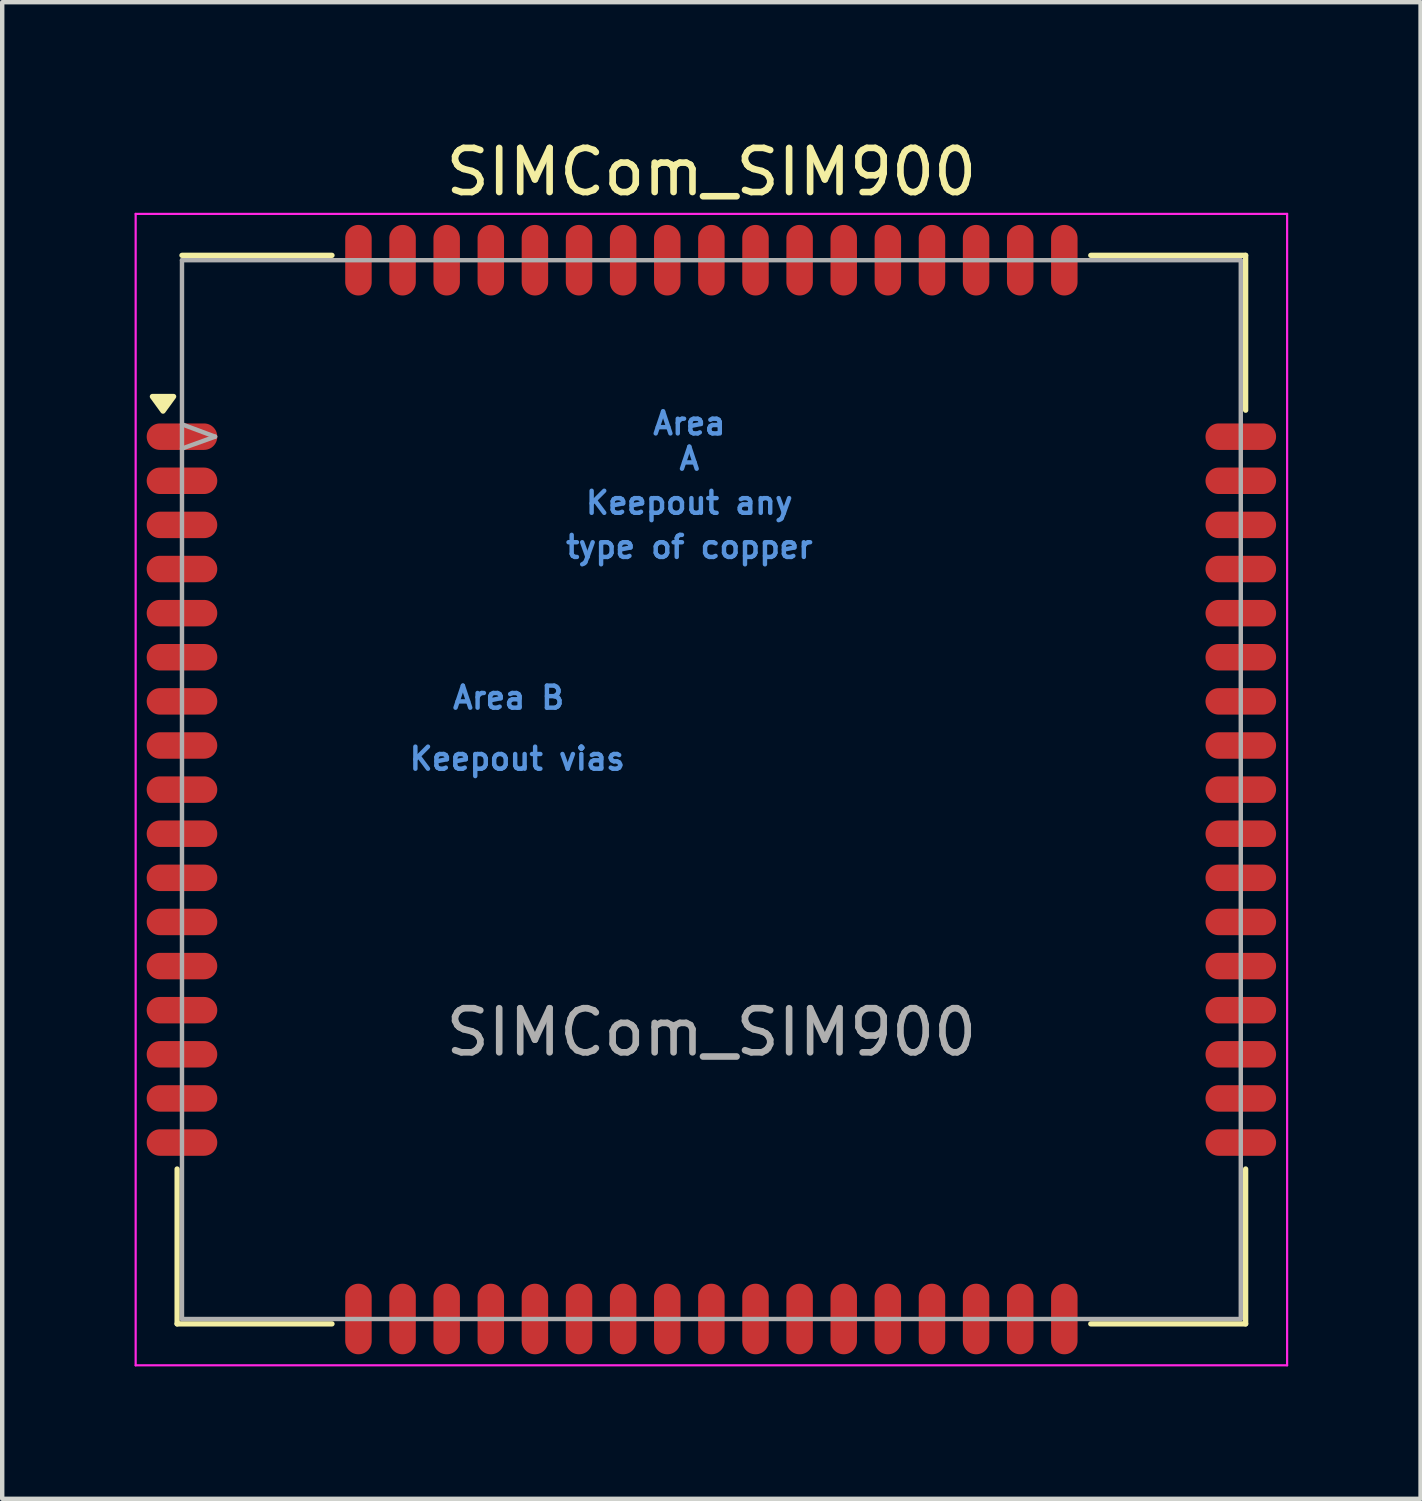
<source format=kicad_pcb>
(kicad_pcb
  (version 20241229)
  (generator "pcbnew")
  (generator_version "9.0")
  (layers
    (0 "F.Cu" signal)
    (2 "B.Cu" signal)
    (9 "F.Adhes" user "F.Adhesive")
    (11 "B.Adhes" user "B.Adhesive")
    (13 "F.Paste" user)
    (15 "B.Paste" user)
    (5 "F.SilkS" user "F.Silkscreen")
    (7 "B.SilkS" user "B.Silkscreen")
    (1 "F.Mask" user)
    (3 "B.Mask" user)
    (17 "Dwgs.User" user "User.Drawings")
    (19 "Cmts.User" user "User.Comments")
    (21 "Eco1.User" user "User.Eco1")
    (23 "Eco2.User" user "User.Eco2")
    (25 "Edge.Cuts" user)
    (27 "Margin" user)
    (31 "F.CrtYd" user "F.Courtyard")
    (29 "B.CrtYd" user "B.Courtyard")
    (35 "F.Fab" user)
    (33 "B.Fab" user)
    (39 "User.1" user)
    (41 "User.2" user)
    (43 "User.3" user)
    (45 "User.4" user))
  (footprint "SIMCom_SIM900"
    (layer "F.Cu")
    (at 13.075 14.848)
    (property "Reference" "SIMCom_SIM900" (at 0 -14 0) (layer "F.SilkS") (effects (font (size 1 1) (thickness 0.15))))
    (attr smd)
    (fp_line (start -12.11 8.6) (end -12.11 12.11) (stroke (width 0.12) (type solid)) (layer "F.SilkS"))
    (fp_line (start -12.11 12.11) (end -8.6 12.11) (stroke (width 0.12) (type solid)) (layer "F.SilkS"))
    (fp_line (start -12 -12.11) (end -8.6 -12.11) (stroke (width 0.12) (type solid)) (layer "F.SilkS"))
    (fp_line (start 8.6 -12.11) (end 12.11 -12.11) (stroke (width 0.12) (type solid)) (layer "F.SilkS"))
    (fp_line (start 8.6 12.11) (end 12.11 12.11) (stroke (width 0.12) (type solid)) (layer "F.SilkS"))
    (fp_line (start 12.11 -12.11) (end 12.11 -8.6) (stroke (width 0.12) (type solid)) (layer "F.SilkS"))
    (fp_line (start 12.11 8.6) (end 12.11 12.11) (stroke (width 0.12) (type solid)) (layer "F.SilkS"))
    (fp_poly (pts (xy -12.43 -8.58) (xy -12.67 -8.91) (xy -12.19 -8.91) (xy -12.43 -8.58)) (stroke (width 0.12) (type solid)) (fill yes) (layer "F.SilkS"))
    (fp_line (start -13.05 -13.05) (end 13.05 -13.05) (stroke (width 0.05) (type solid)) (layer "F.CrtYd"))
    (fp_line (start -13.05 13.05) (end -13.05 -13.05) (stroke (width 0.05) (type solid)) (layer "F.CrtYd"))
    (fp_line (start 13.05 -13.05) (end 13.05 13.05) (stroke (width 0.05) (type solid)) (layer "F.CrtYd"))
    (fp_line (start 13.05 13.05) (end -13.05 13.05) (stroke (width 0.05) (type solid)) (layer "F.CrtYd"))
    (fp_line (start -12 -12) (end 12 -12) (stroke (width 0.1) (type solid)) (layer "F.Fab"))
    (fp_line (start -12 -8.28) (end -11.25 -8) (stroke (width 0.1) (type solid)) (layer "F.Fab"))
    (fp_line (start -12 12) (end -12 -12) (stroke (width 0.1) (type solid)) (layer "F.Fab"))
    (fp_line (start -11.25 -8) (end -12 -7.73) (stroke (width 0.1) (type solid)) (layer "F.Fab"))
    (fp_line (start 12 -12) (end 12 12) (stroke (width 0.1) (type solid)) (layer "F.Fab"))
    (fp_line (start 12 12) (end -12 12) (stroke (width 0.1) (type solid)) (layer "F.Fab"))
    (fp_text user "type of copper" (at -0.5 -5.5 0) (layer "Cmts.User") (effects (font (size 0.5 0.5) (thickness 0.1))))
    (fp_text user "Area" (at -0.5 -8.3 0) (layer "Cmts.User") (effects (font (size 0.5 0.5) (thickness 0.1))))
    (fp_text user "Keepout any" (at -0.5 -6.5 0) (layer "Cmts.User") (effects (font (size 0.5 0.5) (thickness 0.1))))
    (fp_text user "A" (at -0.5 -7.5 0) (layer "Cmts.User") (effects (font (size 0.5 0.5) (thickness 0.1))))
    (fp_text user "Area B" (at -4.597 -2.083 0) (layer "Cmts.User") (effects (font (size 0.5 0.5) (thickness 0.1))))
    (fp_text user "Keepout vias" (at -4.4 -0.7 0) (layer "Cmts.User") (effects (font (size 0.5 0.5) (thickness 0.1))))
    (fp_text user "${REFERENCE}" (at 0 5.5 0) (layer "F.Fab") (effects (font (size 1 1) (thickness 0.15))))
    (pad "1" smd oval (at -12 -8) (size 1.6 0.6) (layers "F.Cu" "F.Mask" "F.Paste"))
    (pad "2" smd oval (at -12 -7) (size 1.6 0.6) (layers "F.Cu" "F.Mask" "F.Paste"))
    (pad "3" smd oval (at -12 -6) (size 1.6 0.6) (layers "F.Cu" "F.Mask" "F.Paste"))
    (pad "4" smd oval (at -12 -5) (size 1.6 0.6) (layers "F.Cu" "F.Mask" "F.Paste"))
    (pad "5" smd oval (at -12 -4) (size 1.6 0.6) (layers "F.Cu" "F.Mask" "F.Paste"))
    (pad "6" smd oval (at -12 -3) (size 1.6 0.6) (layers "F.Cu" "F.Mask" "F.Paste"))
    (pad "7" smd oval (at -12 -2) (size 1.6 0.6) (layers "F.Cu" "F.Mask" "F.Paste"))
    (pad "8" smd oval (at -12 -1) (size 1.6 0.6) (layers "F.Cu" "F.Mask" "F.Paste"))
    (pad "9" smd oval (at -12 0) (size 1.6 0.6) (layers "F.Cu" "F.Mask" "F.Paste"))
    (pad "10" smd oval (at -12 1) (size 1.6 0.6) (layers "F.Cu" "F.Mask" "F.Paste"))
    (pad "11" smd oval (at -12 2) (size 1.6 0.6) (layers "F.Cu" "F.Mask" "F.Paste"))
    (pad "12" smd oval (at -12 3) (size 1.6 0.6) (layers "F.Cu" "F.Mask" "F.Paste"))
    (pad "13" smd oval (at -12 4) (size 1.6 0.6) (layers "F.Cu" "F.Mask" "F.Paste"))
    (pad "14" smd oval (at -12 5) (size 1.6 0.6) (layers "F.Cu" "F.Mask" "F.Paste"))
    (pad "15" smd oval (at -12 6) (size 1.6 0.6) (layers "F.Cu" "F.Mask" "F.Paste"))
    (pad "16" smd oval (at -12 7) (size 1.6 0.6) (layers "F.Cu" "F.Mask" "F.Paste"))
    (pad "17" smd oval (at -12 8) (size 1.6 0.6) (layers "F.Cu" "F.Mask" "F.Paste"))
    (pad "18" smd oval (at -8 12) (size 0.6 1.6) (layers "F.Cu" "F.Mask" "F.Paste"))
    (pad "19" smd oval (at -7 12) (size 0.6 1.6) (layers "F.Cu" "F.Mask" "F.Paste"))
    (pad "20" smd oval (at -6 12) (size 0.6 1.6) (layers "F.Cu" "F.Mask" "F.Paste"))
    (pad "21" smd oval (at -5 12) (size 0.6 1.6) (layers "F.Cu" "F.Mask" "F.Paste"))
    (pad "22" smd oval (at -4 12) (size 0.6 1.6) (layers "F.Cu" "F.Mask" "F.Paste"))
    (pad "23" smd oval (at -3 12) (size 0.6 1.6) (layers "F.Cu" "F.Mask" "F.Paste"))
    (pad "24" smd oval (at -2 12) (size 0.6 1.6) (layers "F.Cu" "F.Mask" "F.Paste"))
    (pad "25" smd oval (at -1 12) (size 0.6 1.6) (layers "F.Cu" "F.Mask" "F.Paste"))
    (pad "26" smd oval (at 0 12) (size 0.6 1.6) (layers "F.Cu" "F.Mask" "F.Paste"))
    (pad "27" smd oval (at 1 12) (size 0.6 1.6) (layers "F.Cu" "F.Mask" "F.Paste"))
    (pad "28" smd oval (at 2 12) (size 0.6 1.6) (layers "F.Cu" "F.Mask" "F.Paste"))
    (pad "29" smd oval (at 3 12) (size 0.6 1.6) (layers "F.Cu" "F.Mask" "F.Paste"))
    (pad "30" smd oval (at 4 12) (size 0.6 1.6) (layers "F.Cu" "F.Mask" "F.Paste"))
    (pad "31" smd oval (at 5 12) (size 0.6 1.6) (layers "F.Cu" "F.Mask" "F.Paste"))
    (pad "32" smd oval (at 6 12) (size 0.6 1.6) (layers "F.Cu" "F.Mask" "F.Paste"))
    (pad "33" smd oval (at 7 12) (size 0.6 1.6) (layers "F.Cu" "F.Mask" "F.Paste"))
    (pad "34" smd oval (at 8 12) (size 0.6 1.6) (layers "F.Cu" "F.Mask" "F.Paste"))
    (pad "35" smd oval (at 12 8) (size 1.6 0.6) (layers "F.Cu" "F.Mask" "F.Paste"))
    (pad "36" smd oval (at 12 7) (size 1.6 0.6) (layers "F.Cu" "F.Mask" "F.Paste"))
    (pad "37" smd oval (at 12 6) (size 1.6 0.6) (layers "F.Cu" "F.Mask" "F.Paste"))
    (pad "38" smd oval (at 12 5) (size 1.6 0.6) (layers "F.Cu" "F.Mask" "F.Paste"))
    (pad "39" smd oval (at 12 4) (size 1.6 0.6) (layers "F.Cu" "F.Mask" "F.Paste"))
    (pad "40" smd oval (at 12 3) (size 1.6 0.6) (layers "F.Cu" "F.Mask" "F.Paste"))
    (pad "41" smd oval (at 12 2) (size 1.6 0.6) (layers "F.Cu" "F.Mask" "F.Paste"))
    (pad "42" smd oval (at 12 1) (size 1.6 0.6) (layers "F.Cu" "F.Mask" "F.Paste"))
    (pad "43" smd oval (at 12 0) (size 1.6 0.6) (layers "F.Cu" "F.Mask" "F.Paste"))
    (pad "44" smd oval (at 12 -1) (size 1.6 0.6) (layers "F.Cu" "F.Mask" "F.Paste"))
    (pad "45" smd oval (at 12 -2) (size 1.6 0.6) (layers "F.Cu" "F.Mask" "F.Paste"))
    (pad "46" smd oval (at 12 -3) (size 1.6 0.6) (layers "F.Cu" "F.Mask" "F.Paste"))
    (pad "47" smd oval (at 12 -4) (size 1.6 0.6) (layers "F.Cu" "F.Mask" "F.Paste"))
    (pad "48" smd oval (at 12 -5) (size 1.6 0.6) (layers "F.Cu" "F.Mask" "F.Paste"))
    (pad "49" smd oval (at 12 -6) (size 1.6 0.6) (layers "F.Cu" "F.Mask" "F.Paste"))
    (pad "50" smd oval (at 12 -7) (size 1.6 0.6) (layers "F.Cu" "F.Mask" "F.Paste"))
    (pad "51" smd oval (at 12 -8) (size 1.6 0.6) (layers "F.Cu" "F.Mask" "F.Paste"))
    (pad "52" smd oval (at 8 -12) (size 0.6 1.6) (layers "F.Cu" "F.Mask" "F.Paste"))
    (pad "53" smd oval (at 7 -12) (size 0.6 1.6) (layers "F.Cu" "F.Mask" "F.Paste"))
    (pad "54" smd oval (at 6 -12) (size 0.6 1.6) (layers "F.Cu" "F.Mask" "F.Paste"))
    (pad "55" smd oval (at 5 -12) (size 0.6 1.6) (layers "F.Cu" "F.Mask" "F.Paste"))
    (pad "56" smd oval (at 4 -12) (size 0.6 1.6) (layers "F.Cu" "F.Mask" "F.Paste"))
    (pad "57" smd oval (at 3 -12) (size 0.6 1.6) (layers "F.Cu" "F.Mask" "F.Paste"))
    (pad "58" smd oval (at 2 -12) (size 0.6 1.6) (layers "F.Cu" "F.Mask" "F.Paste"))
    (pad "59" smd oval (at 1 -12) (size 0.6 1.6) (layers "F.Cu" "F.Mask" "F.Paste"))
    (pad "60" smd oval (at 0 -12) (size 0.6 1.6) (layers "F.Cu" "F.Mask" "F.Paste"))
    (pad "61" smd oval (at -1 -12) (size 0.6 1.6) (layers "F.Cu" "F.Mask" "F.Paste"))
    (pad "62" smd oval (at -2 -12) (size 0.6 1.6) (layers "F.Cu" "F.Mask" "F.Paste"))
    (pad "63" smd oval (at -3 -12) (size 0.6 1.6) (layers "F.Cu" "F.Mask" "F.Paste"))
    (pad "64" smd oval (at -4 -12) (size 0.6 1.6) (layers "F.Cu" "F.Mask" "F.Paste"))
    (pad "65" smd oval (at -5 -12) (size 0.6 1.6) (layers "F.Cu" "F.Mask" "F.Paste"))
    (pad "66" smd oval (at -6 -12) (size 0.6 1.6) (layers "F.Cu" "F.Mask" "F.Paste"))
    (pad "67" smd oval (at -7 -12) (size 0.6 1.6) (layers "F.Cu" "F.Mask" "F.Paste"))
    (pad "68" smd oval (at -8 -12) (size 0.6 1.6) (layers "F.Cu" "F.Mask" "F.Paste"))
    (zone (net_name "") (layer "F.Cu") (hatch full 0.508) (connect_pads) (min_thickness 0.254) (filled_areas_thickness no) (keepout (tracks allowed) (vias not_allowed) (pads not_allowed) (copperpour allowed) (footprints allowed)) (placement (enabled no)) (fill) (polygon (pts (xy 5.775 12.048) (xy 11.375 12.048) (xy 11.375 17.648) (xy 5.775 17.648))))
    (zone (net_name "") (layer "F.Cu") (hatch full 0.508) (connect_pads) (min_thickness 0.254) (filled_areas_thickness no) (keepout (tracks not_allowed) (vias not_allowed) (pads not_allowed) (copperpour not_allowed) (footprints not_allowed)) (placement (enabled no)) (fill) (polygon (pts (xy 13.58 6.848) (xy 13.561 6.653) (xy 13.504 6.465) (xy 13.412 6.292) (xy 13.288 6.14) (xy 13.137 6.015) (xy 12.964 5.922) (xy 12.777 5.864) (xy 12.582 5.843) (xy 12.387 5.861) (xy 12.199 5.917) (xy 12.025 6.007) (xy 11.872 6.13) (xy 11.746 6.281) (xy 11.651 6.452) (xy 11.592 6.639) (xy 11.57 6.834) (xy 11.587 7.03) (xy 11.641 7.218) (xy 11.73 7.393) (xy 11.852 7.546) (xy 12.002 7.673) (xy 12.173 7.769) (xy 12.359 7.83) (xy 12.554 7.853) (xy 12.749 7.838) (xy 12.938 7.785) (xy 13.113 7.697) (xy 13.268 7.576) (xy 13.396 7.427) (xy 13.493 7.257) (xy 13.555 7.071) (xy 13.579 6.876)))))
  (gr_rect
    (start -3 -3)
    (end 29.15 30.923)
    (stroke (width 0.1) (type default))
    (fill no)
    (layer "Edge.Cuts")))
</source>
